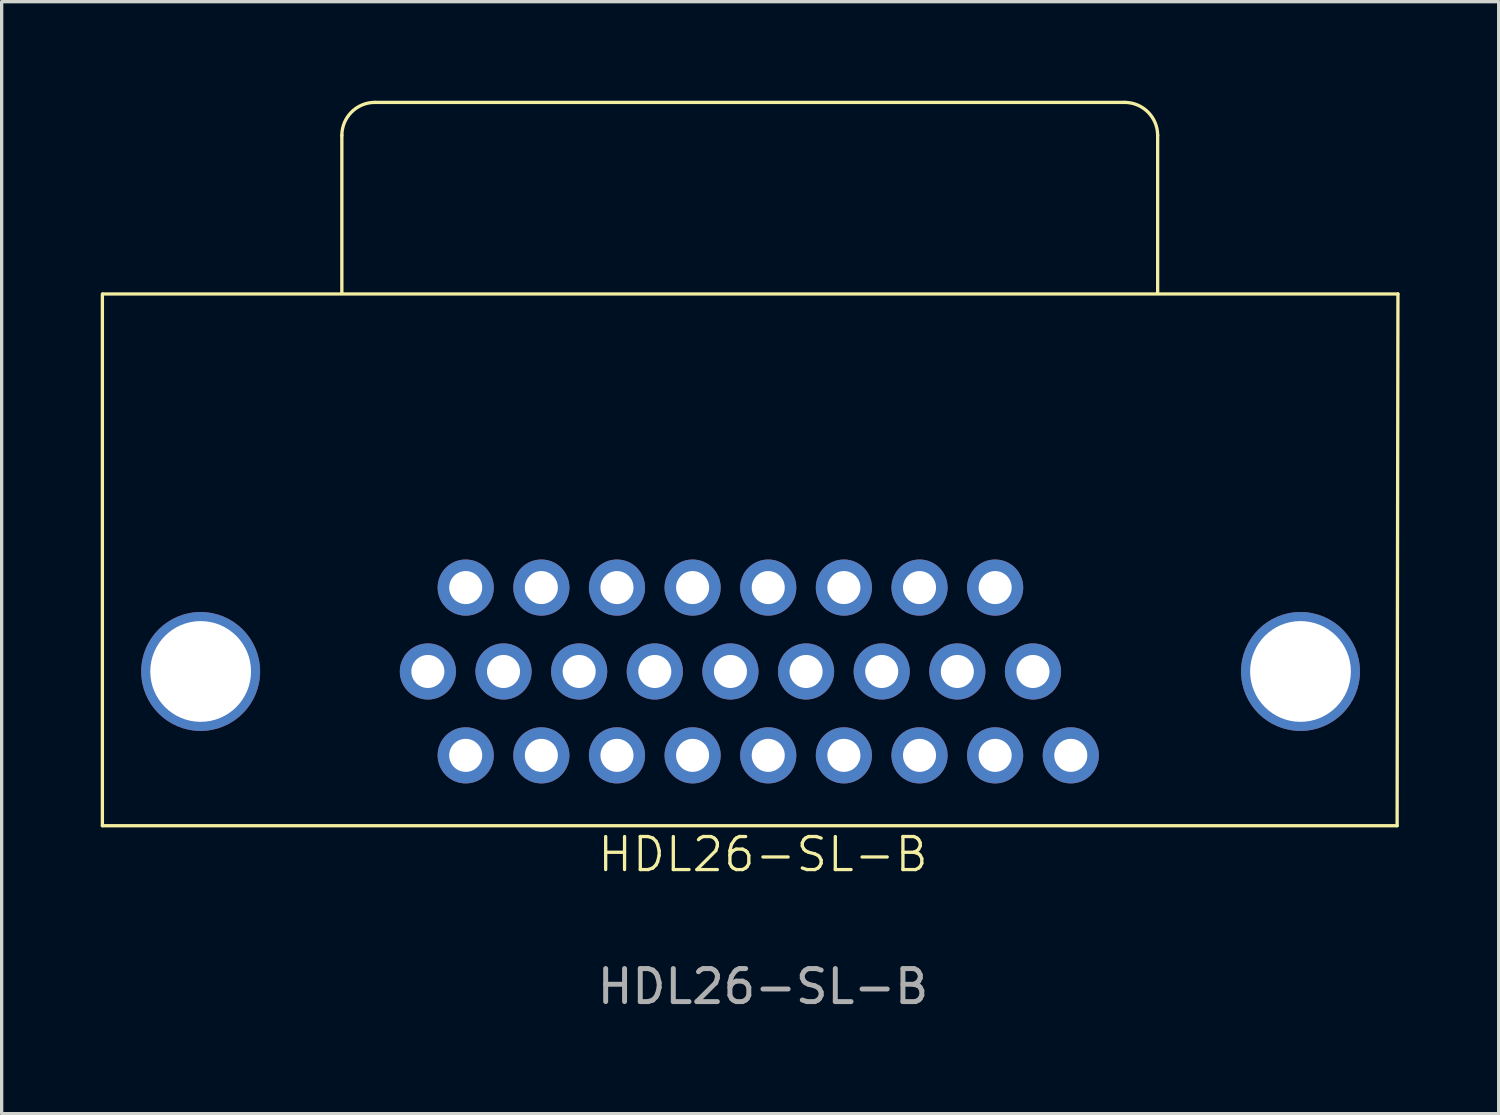
<source format=kicad_pcb>
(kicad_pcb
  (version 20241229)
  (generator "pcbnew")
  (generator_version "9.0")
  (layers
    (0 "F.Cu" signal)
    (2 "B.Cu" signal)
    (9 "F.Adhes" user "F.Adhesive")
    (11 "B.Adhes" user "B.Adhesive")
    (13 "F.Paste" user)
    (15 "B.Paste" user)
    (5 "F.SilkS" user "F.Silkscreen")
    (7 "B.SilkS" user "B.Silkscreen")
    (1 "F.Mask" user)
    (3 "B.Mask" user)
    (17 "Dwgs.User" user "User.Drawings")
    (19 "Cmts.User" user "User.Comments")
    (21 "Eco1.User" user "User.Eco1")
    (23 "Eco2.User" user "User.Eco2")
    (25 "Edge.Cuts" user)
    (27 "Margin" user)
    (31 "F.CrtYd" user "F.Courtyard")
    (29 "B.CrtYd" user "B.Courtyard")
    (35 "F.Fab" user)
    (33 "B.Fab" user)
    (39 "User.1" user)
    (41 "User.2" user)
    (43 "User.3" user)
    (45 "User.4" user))
  (footprint "HDL26-SL-B"
    (layer "F.Cu")
    (at 11.05 19.82)
    (property "Reference" "HDL26-SL-B" (at 9 3 0) (unlocked yes) (layer "F.SilkS") (effects (font (size 1 1) (thickness 0.1))))
    (attr through_hole)
    (fp_line (start -11 -13.97) (end -11 2.13) (stroke (width 0.1) (type default)) (layer "F.SilkS"))
    (fp_line (start -11 2.13) (end 28.2 2.13) (stroke (width 0.1) (type default)) (layer "F.SilkS"))
    (fp_line (start -10.975 -13.97) (end 28.225 -13.97) (stroke (width 0.1) (type default)) (layer "F.SilkS"))
    (fp_line (start -3.75 -18.77) (end -3.75 -14) (stroke (width 0.1) (type default)) (layer "F.SilkS"))
    (fp_line (start -2.75 -19.77) (end 19.95 -19.77) (stroke (width 0.1) (type default)) (layer "F.SilkS"))
    (fp_line (start 20.95 -18.77) (end 20.95 -14) (stroke (width 0.1) (type default)) (layer "F.SilkS"))
    (fp_line (start 28.2 2.13) (end 28.225 -13.97) (stroke (width 0.1) (type default)) (layer "F.SilkS"))
    (fp_arc (start -3.75 -18.77) (mid -3.457107 -19.477107) (end -2.75 -19.77) (stroke (width 0.1) (type default)) (layer "F.SilkS"))
    (fp_arc (start 19.95 -19.77) (mid 20.657107 -19.477107) (end 20.95 -18.77) (stroke (width 0.1) (type default)) (layer "F.SilkS"))
    (fp_text user "${REFERENCE}" (at 9 7 0) (unlocked yes) (layer "F.Fab") (effects (font (size 1 1) (thickness 0.15))))
    (pad "" np_thru_hole circle (at -8.025 -2.54) (size 3.6 3.6) (drill 3.05) (layers "*.Cu" "*.Mask"))
    (pad "" np_thru_hole circle (at 25.275 -2.54) (size 3.6 3.6) (drill 3.05) (layers "*.Cu" "*.Mask"))
    (pad "1" thru_hole circle (at 0 0 90) (size 1.7 1.7) (drill 1) (layers "*.Cu" "*.Mask"))
    (pad "2" thru_hole circle (at 2.29 0 90) (size 1.7 1.7) (drill 1) (layers "*.Cu" "*.Mask"))
    (pad "3" thru_hole circle (at 4.58 0 90) (size 1.7 1.7) (drill 1) (layers "*.Cu" "*.Mask"))
    (pad "4" thru_hole circle (at 6.87 0 90) (size 1.7 1.7) (drill 1) (layers "*.Cu" "*.Mask"))
    (pad "5" thru_hole circle (at 9.16 0 90) (size 1.7 1.7) (drill 1) (layers "*.Cu" "*.Mask"))
    (pad "6" thru_hole circle (at 11.45 0 90) (size 1.7 1.7) (drill 1) (layers "*.Cu" "*.Mask"))
    (pad "7" thru_hole circle (at 13.74 0 90) (size 1.7 1.7) (drill 1) (layers "*.Cu" "*.Mask"))
    (pad "8" thru_hole circle (at 16.03 0 90) (size 1.7 1.7) (drill 1) (layers "*.Cu" "*.Mask"))
    (pad "9" thru_hole circle (at 18.32 0 90) (size 1.7 1.7) (drill 1) (layers "*.Cu" "*.Mask"))
    (pad "10" thru_hole circle (at -1.145 -2.54 90) (size 1.7 1.7) (drill 1) (layers "*.Cu" "*.Mask"))
    (pad "11" thru_hole circle (at 1.145 -2.54 90) (size 1.7 1.7) (drill 1) (layers "*.Cu" "*.Mask"))
    (pad "12" thru_hole circle (at 3.435 -2.54 90) (size 1.7 1.7) (drill 1) (layers "*.Cu" "*.Mask"))
    (pad "13" thru_hole circle (at 5.725 -2.54 90) (size 1.7 1.7) (drill 1) (layers "*.Cu" "*.Mask"))
    (pad "14" thru_hole circle (at 8.015 -2.54 90) (size 1.7 1.7) (drill 1) (layers "*.Cu" "*.Mask"))
    (pad "15" thru_hole circle (at 10.305 -2.54 90) (size 1.7 1.7) (drill 1) (layers "*.Cu" "*.Mask"))
    (pad "16" thru_hole circle (at 12.595 -2.54 90) (size 1.7 1.7) (drill 1) (layers "*.Cu" "*.Mask"))
    (pad "17" thru_hole circle (at 14.885 -2.54 90) (size 1.7 1.7) (drill 1) (layers "*.Cu" "*.Mask"))
    (pad "18" thru_hole circle (at 17.175 -2.54 90) (size 1.7 1.7) (drill 1) (layers "*.Cu" "*.Mask"))
    (pad "19" thru_hole circle (at 0 -5.08 90) (size 1.7 1.7) (drill 1) (layers "*.Cu" "*.Mask"))
    (pad "20" thru_hole circle (at 2.29 -5.08 90) (size 1.7 1.7) (drill 1) (layers "*.Cu" "*.Mask"))
    (pad "21" thru_hole circle (at 4.58 -5.08 90) (size 1.7 1.7) (drill 1) (layers "*.Cu" "*.Mask"))
    (pad "22" thru_hole circle (at 6.87 -5.08 90) (size 1.7 1.7) (drill 1) (layers "*.Cu" "*.Mask"))
    (pad "23" thru_hole circle (at 9.16 -5.08 90) (size 1.7 1.7) (drill 1) (layers "*.Cu" "*.Mask"))
    (pad "24" thru_hole circle (at 11.45 -5.08 90) (size 1.7 1.7) (drill 1) (layers "*.Cu" "*.Mask"))
    (pad "25" thru_hole circle (at 13.74 -5.08 90) (size 1.7 1.7) (drill 1) (layers "*.Cu" "*.Mask"))
    (pad "26" thru_hole circle (at 16.03 -5.08 90) (size 1.7 1.7) (drill 1) (layers "*.Cu" "*.Mask")))
  (gr_rect
    (start -3 -3)
    (end 42.325 30.668)
    (stroke (width 0.1) (type default))
    (fill no)
    (layer "Edge.Cuts")))
</source>
